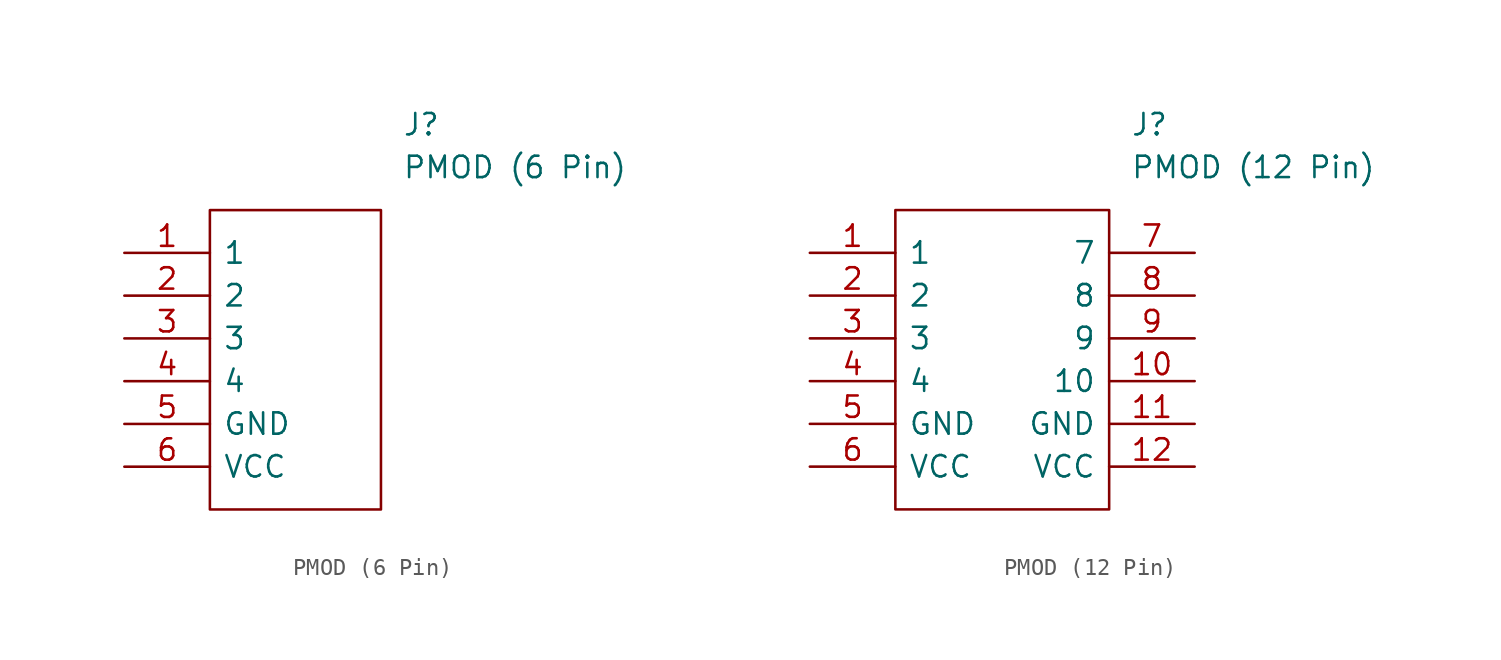
<source format=kicad_sym>
(kicad_symbol_lib
  (version 20220914)
  (generator kicad_symbol_editor)
  (symbol "PMOD (6 Pin)"
    (pin_names
      (offset 0.762))
    (property "Reference" "J"
      (at 16.51 7.62 0)
      (effects (font (size 1.27 1.27)) (justify left)))
    (property "Value" "PMOD (6 Pin)"
      (at 16.51 5.08 0)
      (effects (font (size 1.27 1.27)) (justify left)))
    (symbol "PMOD (6 Pin)_0_0"
      (pin passive line (at 0 0 0) (length 5.08) (name "1" (effects (font (size 1.27 1.27)))) (number "1" (effects (font (size 1.27 1.27)))))
      (pin passive line (at 0 -2.54 0) (length 5.08) (name "2" (effects (font (size 1.27 1.27)))) (number "2" (effects (font (size 1.27 1.27)))))
      (pin passive line (at 0 -5.08 0) (length 5.08) (name "3" (effects (font (size 1.27 1.27)))) (number "3" (effects (font (size 1.27 1.27)))))
      (pin passive line (at 0 -7.62 0) (length 5.08) (name "4" (effects (font (size 1.27 1.27)))) (number "4" (effects (font (size 1.27 1.27)))))
      (pin power_out line (at 0 -10.16 0) (length 5.08) (name "GND" (effects (font (size 1.27 1.27)))) (number "5" (effects (font (size 1.27 1.27)))))
      (pin power_out line (at 0 -12.7 0) (length 5.08) (name "VCC" (effects (font (size 1.27 1.27)))) (number "6" (effects (font (size 1.27 1.27))))))
    (symbol "PMOD (6 Pin)_0_1"
      (polyline (pts (xy 5.08 2.54) (xy 15.24 2.54) (xy 15.24 -15.24) (xy 5.08 -15.24) (xy 5.08 2.54)) (stroke (width 0.152) (type default)) (fill (type none)))))
  (symbol "PMOD (12 Pin)"
    (pin_names
      (offset 0.762))
    (property "Reference" "J"
      (at 19.05 7.62 0)
      (effects (font (size 1.27 1.27)) (justify left)))
    (property "Value" "PMOD (12 Pin)"
      (at 19.05 5.08 0)
      (effects (font (size 1.27 1.27)) (justify left)))
    (symbol "PMOD (12 Pin)_0_0"
      (pin passive line (at 0 0 0) (length 5.08) (name "1" (effects (font (size 1.27 1.27)))) (number "1" (effects (font (size 1.27 1.27)))))
      (pin passive line (at 22.86 -7.62 180) (length 5.08) (name "10" (effects (font (size 1.27 1.27)))) (number "10" (effects (font (size 1.27 1.27)))))
      (pin passive line (at 22.86 -10.16 180) (length 5.08) (name "GND" (effects (font (size 1.27 1.27)))) (number "11" (effects (font (size 1.27 1.27)))))
      (pin passive line (at 22.86 -12.7 180) (length 5.08) (name "VCC" (effects (font (size 1.27 1.27)))) (number "12" (effects (font (size 1.27 1.27)))))
      (pin passive line (at 0 -2.54 0) (length 5.08) (name "2" (effects (font (size 1.27 1.27)))) (number "2" (effects (font (size 1.27 1.27)))))
      (pin passive line (at 0 -5.08 0) (length 5.08) (name "3" (effects (font (size 1.27 1.27)))) (number "3" (effects (font (size 1.27 1.27)))))
      (pin passive line (at 0 -7.62 0) (length 5.08) (name "4" (effects (font (size 1.27 1.27)))) (number "4" (effects (font (size 1.27 1.27)))))
      (pin power_out line (at 0 -10.16 0) (length 5.08) (name "GND" (effects (font (size 1.27 1.27)))) (number "5" (effects (font (size 1.27 1.27)))))
      (pin power_out line (at 0 -12.7 0) (length 5.08) (name "VCC" (effects (font (size 1.27 1.27)))) (number "6" (effects (font (size 1.27 1.27)))))
      (pin passive line (at 22.86 0 180) (length 5.08) (name "7" (effects (font (size 1.27 1.27)))) (number "7" (effects (font (size 1.27 1.27)))))
      (pin passive line (at 22.86 -2.54 180) (length 5.08) (name "8" (effects (font (size 1.27 1.27)))) (number "8" (effects (font (size 1.27 1.27)))))
      (pin passive line (at 22.86 -5.08 180) (length 5.08) (name "9" (effects (font (size 1.27 1.27)))) (number "9" (effects (font (size 1.27 1.27))))))
    (symbol "PMOD (12 Pin)_0_1"
      (polyline (pts (xy 5.08 2.54) (xy 17.78 2.54) (xy 17.78 -15.24) (xy 5.08 -15.24) (xy 5.08 2.54)) (stroke (width 0.152) (type default)) (fill (type none))))))
</source>
